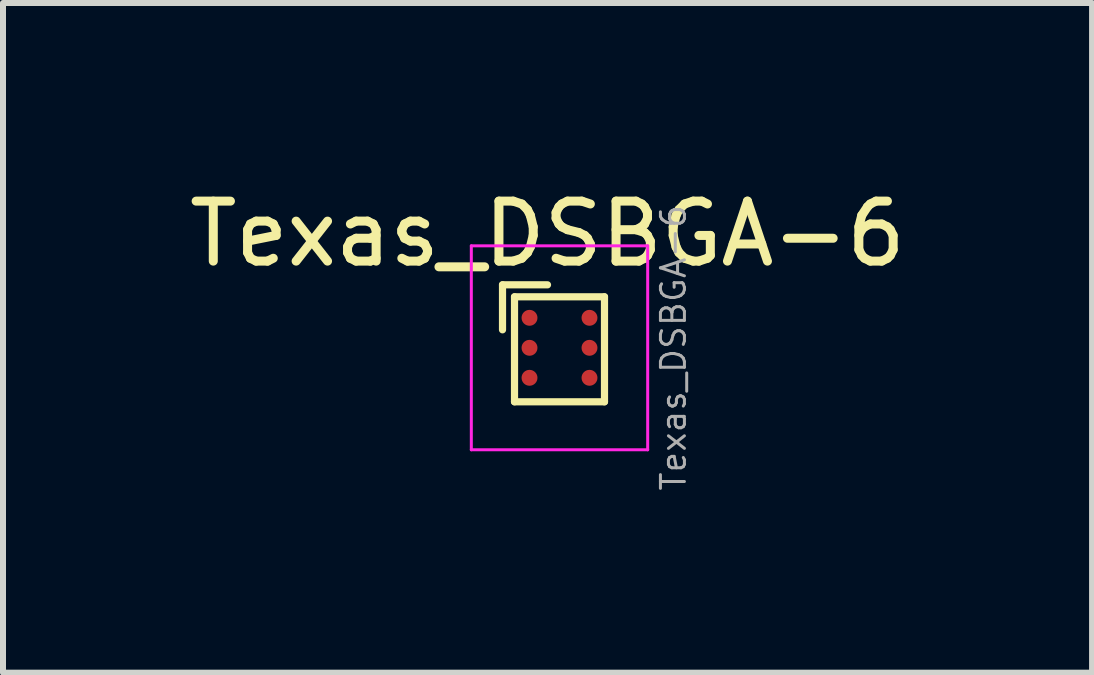
<source format=kicad_pcb>
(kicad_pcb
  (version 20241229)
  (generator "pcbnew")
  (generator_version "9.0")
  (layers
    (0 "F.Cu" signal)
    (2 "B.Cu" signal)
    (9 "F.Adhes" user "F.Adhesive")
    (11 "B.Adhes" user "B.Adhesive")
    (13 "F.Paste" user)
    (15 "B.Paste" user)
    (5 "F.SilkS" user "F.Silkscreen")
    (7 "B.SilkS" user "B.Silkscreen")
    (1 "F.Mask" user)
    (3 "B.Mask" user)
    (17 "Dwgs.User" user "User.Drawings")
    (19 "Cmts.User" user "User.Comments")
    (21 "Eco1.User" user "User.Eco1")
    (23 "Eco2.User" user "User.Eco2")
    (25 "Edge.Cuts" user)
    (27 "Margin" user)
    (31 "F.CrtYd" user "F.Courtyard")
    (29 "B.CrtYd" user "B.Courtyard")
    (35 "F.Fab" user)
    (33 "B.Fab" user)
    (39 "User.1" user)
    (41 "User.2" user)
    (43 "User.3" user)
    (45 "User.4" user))
  (footprint "Texas_DSBGA-6"
    (layer "F.Cu")
    (at 6.277 2.748)
    (property "Reference" "Texas_DSBGA-6" (at -0.2 -1.9 0) (layer "F.SilkS") (effects (font (size 1 1) (thickness 0.15))))
    (attr smd)
    (fp_line (start -0.95 -1.05) (end -0.95 -0.3) (stroke (width 0.12) (type solid)) (layer "F.SilkS"))
    (fp_line (start -0.75 -0.85) (end -0.75 0.9) (stroke (width 0.12) (type solid)) (layer "F.SilkS"))
    (fp_line (start -0.75 0.9) (end 0.75 0.9) (stroke (width 0.12) (type solid)) (layer "F.SilkS"))
    (fp_line (start -0.2 -1.05) (end -0.95 -1.05) (stroke (width 0.12) (type solid)) (layer "F.SilkS"))
    (fp_line (start 0.75 -0.85) (end -0.75 -0.85) (stroke (width 0.12) (type solid)) (layer "F.SilkS"))
    (fp_line (start 0.75 -0.85) (end 0.75 0.9) (stroke (width 0.12) (type solid)) (layer "F.SilkS"))
    (fp_line (start -1.47 -1.7) (end -1.47 1.7) (stroke (width 0.05) (type solid)) (layer "F.CrtYd"))
    (fp_line (start -1.47 -1.7) (end 1.47 -1.7) (stroke (width 0.05) (type solid)) (layer "F.CrtYd"))
    (fp_line (start 1.47 1.7) (end -1.47 1.7) (stroke (width 0.05) (type solid)) (layer "F.CrtYd"))
    (fp_line (start 1.47 1.7) (end 1.47 -1.7) (stroke (width 0.05) (type solid)) (layer "F.CrtYd"))
    (fp_text user "${REFERENCE}" (at 1.9 0 90) (layer "F.Fab") (effects (font (size 0.4 0.4) (thickness 0.05))))
    (pad "" smd rect (at -0.5 -0.5) (size 0.3 0.3) (layers "F.Paste"))
    (pad "" smd rect (at -0.5 0) (size 0.3 0.3) (layers "F.Paste"))
    (pad "" smd rect (at -0.5 0.5) (size 0.3 0.3) (layers "F.Paste"))
    (pad "" smd rect (at 0.5 -0.5) (size 0.3 0.3) (layers "F.Paste"))
    (pad "" smd rect (at 0.5 0) (size 0.3 0.3) (layers "F.Paste"))
    (pad "" smd rect (at 0.5 0.5) (size 0.3 0.3) (layers "F.Paste"))
    (pad "A1" smd circle (at -0.5 -0.5) (size 0.265 0.265) (layers "F.Cu" "F.Mask"))
    (pad "A2" smd circle (at 0.5 -0.5) (size 0.265 0.265) (layers "F.Cu" "F.Mask"))
    (pad "B1" smd circle (at -0.5 0) (size 0.265 0.265) (layers "F.Cu" "F.Mask"))
    (pad "B2" smd circle (at 0.5 0) (size 0.265 0.265) (layers "F.Cu" "F.Mask"))
    (pad "C1" smd circle (at -0.5 0.5) (size 0.265 0.265) (layers "F.Cu" "F.Mask"))
    (pad "C2" smd circle (at 0.5 0.5) (size 0.265 0.265) (layers "F.Cu" "F.Mask")))
  (gr_rect
    (start -3 -3)
    (end 15.155 8.164)
    (stroke (width 0.1) (type default))
    (fill no)
    (layer "Edge.Cuts")))
</source>
